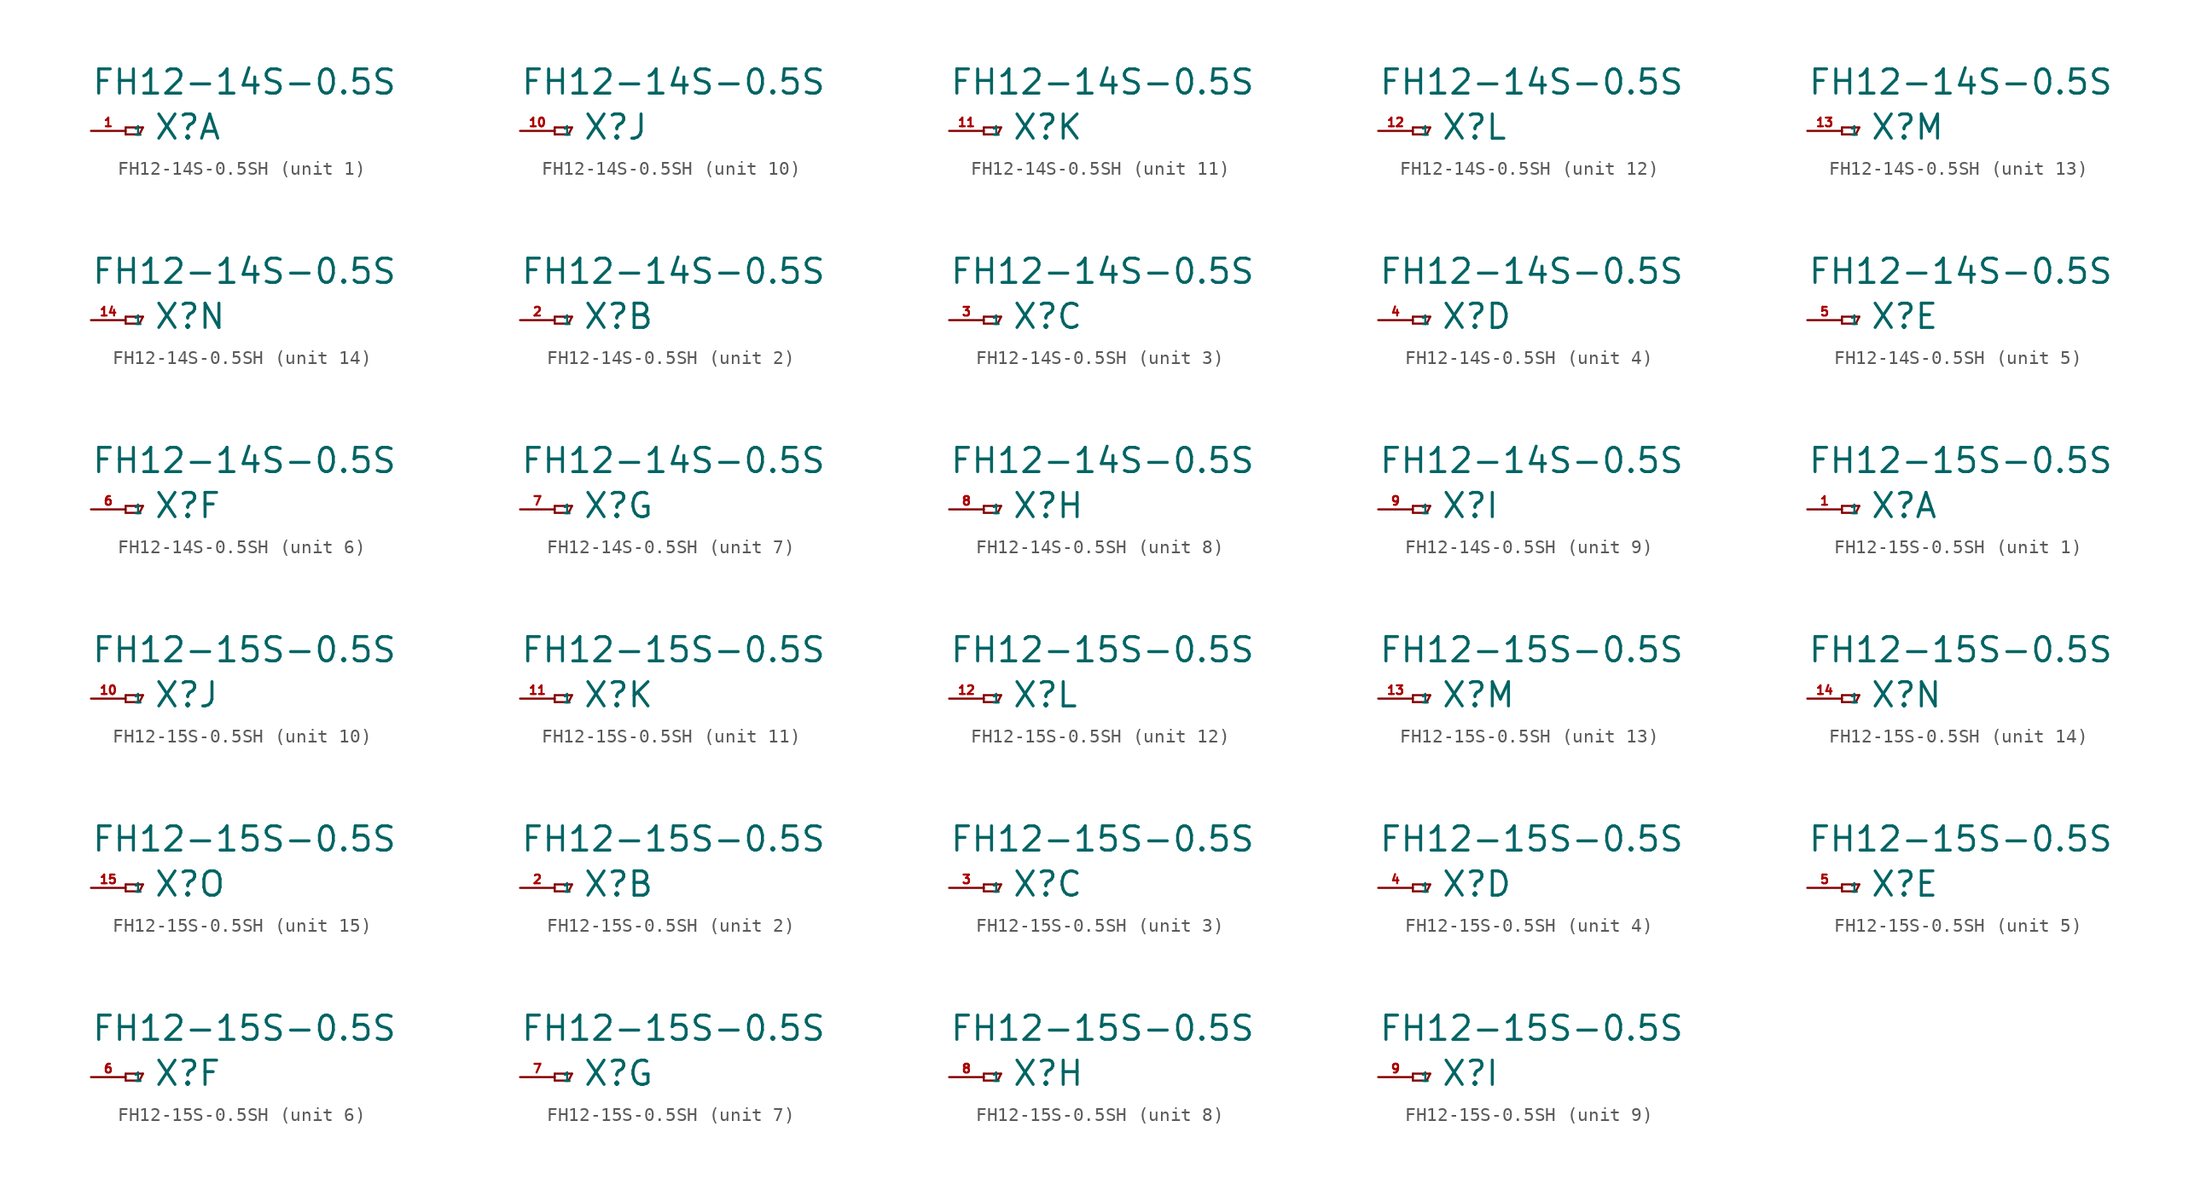
<source format=kicad_sym>
(kicad_symbol_lib
  (version 20220914)
  (generator Eagle2Kicad)
  (symbol "FH12-14S-0.5SH"
    (property "Reference" "X"
      (at 2.032 -0.762 0)
      (effects (font (size 1.778 1.778) (thickness 0.22)) (justify left bottom)))
    (property "Value" "FH12-14S-0.5S"
      (at -2.54 2.54 0)
      (effects (font (size 1.778 1.778) (thickness 0.22)) (justify left bottom)))
    (symbol "FH12-14S-0.5SH_1_0"
      (polyline (pts (xy 0 0.254) (xy 0 -0.254)) (stroke (width 0.152) (type default)) (fill (type none)))
      (polyline (pts (xy 0 -0.254) (xy 1.016 -0.254)) (stroke (width 0.152) (type default)) (fill (type none)))
      (polyline (pts (xy 1.016 -0.254) (xy 1.27 0.254)) (stroke (width 0.152) (type default)) (fill (type none)))
      (polyline (pts (xy 1.27 0.254) (xy 0 0.254)) (stroke (width 0.152) (type default)) (fill (type none)))
      (pin passive line (at -2.54 0 0) (length 2.54) (name "1" (effects (font (size 0.635 0.635) (thickness 0.08)) (justify left bottom))) (number "1" (effects (font (size 0.635 0.635) (thickness 0.08)) (justify left bottom)))))
    (symbol "FH12-14S-0.5SH_2_0"
      (polyline (pts (xy 0 0.254) (xy 0 -0.254)) (stroke (width 0.152) (type default)) (fill (type none)))
      (polyline (pts (xy 0 -0.254) (xy 1.016 -0.254)) (stroke (width 0.152) (type default)) (fill (type none)))
      (polyline (pts (xy 1.016 -0.254) (xy 1.27 0.254)) (stroke (width 0.152) (type default)) (fill (type none)))
      (polyline (pts (xy 1.27 0.254) (xy 0 0.254)) (stroke (width 0.152) (type default)) (fill (type none)))
      (pin passive line (at -2.54 0 0) (length 2.54) (name "1" (effects (font (size 0.635 0.635) (thickness 0.08)) (justify left bottom))) (number "2" (effects (font (size 0.635 0.635) (thickness 0.08)) (justify left bottom)))))
    (symbol "FH12-14S-0.5SH_3_0"
      (polyline (pts (xy 0 0.254) (xy 0 -0.254)) (stroke (width 0.152) (type default)) (fill (type none)))
      (polyline (pts (xy 0 -0.254) (xy 1.016 -0.254)) (stroke (width 0.152) (type default)) (fill (type none)))
      (polyline (pts (xy 1.016 -0.254) (xy 1.27 0.254)) (stroke (width 0.152) (type default)) (fill (type none)))
      (polyline (pts (xy 1.27 0.254) (xy 0 0.254)) (stroke (width 0.152) (type default)) (fill (type none)))
      (pin passive line (at -2.54 0 0) (length 2.54) (name "1" (effects (font (size 0.635 0.635) (thickness 0.08)) (justify left bottom))) (number "3" (effects (font (size 0.635 0.635) (thickness 0.08)) (justify left bottom)))))
    (symbol "FH12-14S-0.5SH_4_0"
      (polyline (pts (xy 0 0.254) (xy 0 -0.254)) (stroke (width 0.152) (type default)) (fill (type none)))
      (polyline (pts (xy 0 -0.254) (xy 1.016 -0.254)) (stroke (width 0.152) (type default)) (fill (type none)))
      (polyline (pts (xy 1.016 -0.254) (xy 1.27 0.254)) (stroke (width 0.152) (type default)) (fill (type none)))
      (polyline (pts (xy 1.27 0.254) (xy 0 0.254)) (stroke (width 0.152) (type default)) (fill (type none)))
      (pin passive line (at -2.54 0 0) (length 2.54) (name "1" (effects (font (size 0.635 0.635) (thickness 0.08)) (justify left bottom))) (number "4" (effects (font (size 0.635 0.635) (thickness 0.08)) (justify left bottom)))))
    (symbol "FH12-14S-0.5SH_5_0"
      (polyline (pts (xy 0 0.254) (xy 0 -0.254)) (stroke (width 0.152) (type default)) (fill (type none)))
      (polyline (pts (xy 0 -0.254) (xy 1.016 -0.254)) (stroke (width 0.152) (type default)) (fill (type none)))
      (polyline (pts (xy 1.016 -0.254) (xy 1.27 0.254)) (stroke (width 0.152) (type default)) (fill (type none)))
      (polyline (pts (xy 1.27 0.254) (xy 0 0.254)) (stroke (width 0.152) (type default)) (fill (type none)))
      (pin passive line (at -2.54 0 0) (length 2.54) (name "1" (effects (font (size 0.635 0.635) (thickness 0.08)) (justify left bottom))) (number "5" (effects (font (size 0.635 0.635) (thickness 0.08)) (justify left bottom)))))
    (symbol "FH12-14S-0.5SH_6_0"
      (polyline (pts (xy 0 0.254) (xy 0 -0.254)) (stroke (width 0.152) (type default)) (fill (type none)))
      (polyline (pts (xy 0 -0.254) (xy 1.016 -0.254)) (stroke (width 0.152) (type default)) (fill (type none)))
      (polyline (pts (xy 1.016 -0.254) (xy 1.27 0.254)) (stroke (width 0.152) (type default)) (fill (type none)))
      (polyline (pts (xy 1.27 0.254) (xy 0 0.254)) (stroke (width 0.152) (type default)) (fill (type none)))
      (pin passive line (at -2.54 0 0) (length 2.54) (name "1" (effects (font (size 0.635 0.635) (thickness 0.08)) (justify left bottom))) (number "6" (effects (font (size 0.635 0.635) (thickness 0.08)) (justify left bottom)))))
    (symbol "FH12-14S-0.5SH_7_0"
      (polyline (pts (xy 0 0.254) (xy 0 -0.254)) (stroke (width 0.152) (type default)) (fill (type none)))
      (polyline (pts (xy 0 -0.254) (xy 1.016 -0.254)) (stroke (width 0.152) (type default)) (fill (type none)))
      (polyline (pts (xy 1.016 -0.254) (xy 1.27 0.254)) (stroke (width 0.152) (type default)) (fill (type none)))
      (polyline (pts (xy 1.27 0.254) (xy 0 0.254)) (stroke (width 0.152) (type default)) (fill (type none)))
      (pin passive line (at -2.54 0 0) (length 2.54) (name "1" (effects (font (size 0.635 0.635) (thickness 0.08)) (justify left bottom))) (number "7" (effects (font (size 0.635 0.635) (thickness 0.08)) (justify left bottom)))))
    (symbol "FH12-14S-0.5SH_8_0"
      (polyline (pts (xy 0 0.254) (xy 0 -0.254)) (stroke (width 0.152) (type default)) (fill (type none)))
      (polyline (pts (xy 0 -0.254) (xy 1.016 -0.254)) (stroke (width 0.152) (type default)) (fill (type none)))
      (polyline (pts (xy 1.016 -0.254) (xy 1.27 0.254)) (stroke (width 0.152) (type default)) (fill (type none)))
      (polyline (pts (xy 1.27 0.254) (xy 0 0.254)) (stroke (width 0.152) (type default)) (fill (type none)))
      (pin passive line (at -2.54 0 0) (length 2.54) (name "1" (effects (font (size 0.635 0.635) (thickness 0.08)) (justify left bottom))) (number "8" (effects (font (size 0.635 0.635) (thickness 0.08)) (justify left bottom)))))
    (symbol "FH12-14S-0.5SH_9_0"
      (polyline (pts (xy 0 0.254) (xy 0 -0.254)) (stroke (width 0.152) (type default)) (fill (type none)))
      (polyline (pts (xy 0 -0.254) (xy 1.016 -0.254)) (stroke (width 0.152) (type default)) (fill (type none)))
      (polyline (pts (xy 1.016 -0.254) (xy 1.27 0.254)) (stroke (width 0.152) (type default)) (fill (type none)))
      (polyline (pts (xy 1.27 0.254) (xy 0 0.254)) (stroke (width 0.152) (type default)) (fill (type none)))
      (pin passive line (at -2.54 0 0) (length 2.54) (name "1" (effects (font (size 0.635 0.635) (thickness 0.08)) (justify left bottom))) (number "9" (effects (font (size 0.635 0.635) (thickness 0.08)) (justify left bottom)))))
    (symbol "FH12-14S-0.5SH_10_0"
      (polyline (pts (xy 0 0.254) (xy 0 -0.254)) (stroke (width 0.152) (type default)) (fill (type none)))
      (polyline (pts (xy 0 -0.254) (xy 1.016 -0.254)) (stroke (width 0.152) (type default)) (fill (type none)))
      (polyline (pts (xy 1.016 -0.254) (xy 1.27 0.254)) (stroke (width 0.152) (type default)) (fill (type none)))
      (polyline (pts (xy 1.27 0.254) (xy 0 0.254)) (stroke (width 0.152) (type default)) (fill (type none)))
      (pin passive line (at -2.54 0 0) (length 2.54) (name "1" (effects (font (size 0.635 0.635) (thickness 0.08)) (justify left bottom))) (number "10" (effects (font (size 0.635 0.635) (thickness 0.08)) (justify left bottom)))))
    (symbol "FH12-14S-0.5SH_11_0"
      (polyline (pts (xy 0 0.254) (xy 0 -0.254)) (stroke (width 0.152) (type default)) (fill (type none)))
      (polyline (pts (xy 0 -0.254) (xy 1.016 -0.254)) (stroke (width 0.152) (type default)) (fill (type none)))
      (polyline (pts (xy 1.016 -0.254) (xy 1.27 0.254)) (stroke (width 0.152) (type default)) (fill (type none)))
      (polyline (pts (xy 1.27 0.254) (xy 0 0.254)) (stroke (width 0.152) (type default)) (fill (type none)))
      (pin passive line (at -2.54 0 0) (length 2.54) (name "1" (effects (font (size 0.635 0.635) (thickness 0.08)) (justify left bottom))) (number "11" (effects (font (size 0.635 0.635) (thickness 0.08)) (justify left bottom)))))
    (symbol "FH12-14S-0.5SH_12_0"
      (polyline (pts (xy 0 0.254) (xy 0 -0.254)) (stroke (width 0.152) (type default)) (fill (type none)))
      (polyline (pts (xy 0 -0.254) (xy 1.016 -0.254)) (stroke (width 0.152) (type default)) (fill (type none)))
      (polyline (pts (xy 1.016 -0.254) (xy 1.27 0.254)) (stroke (width 0.152) (type default)) (fill (type none)))
      (polyline (pts (xy 1.27 0.254) (xy 0 0.254)) (stroke (width 0.152) (type default)) (fill (type none)))
      (pin passive line (at -2.54 0 0) (length 2.54) (name "1" (effects (font (size 0.635 0.635) (thickness 0.08)) (justify left bottom))) (number "12" (effects (font (size 0.635 0.635) (thickness 0.08)) (justify left bottom)))))
    (symbol "FH12-14S-0.5SH_13_0"
      (polyline (pts (xy 0 0.254) (xy 0 -0.254)) (stroke (width 0.152) (type default)) (fill (type none)))
      (polyline (pts (xy 0 -0.254) (xy 1.016 -0.254)) (stroke (width 0.152) (type default)) (fill (type none)))
      (polyline (pts (xy 1.016 -0.254) (xy 1.27 0.254)) (stroke (width 0.152) (type default)) (fill (type none)))
      (polyline (pts (xy 1.27 0.254) (xy 0 0.254)) (stroke (width 0.152) (type default)) (fill (type none)))
      (pin passive line (at -2.54 0 0) (length 2.54) (name "1" (effects (font (size 0.635 0.635) (thickness 0.08)) (justify left bottom))) (number "13" (effects (font (size 0.635 0.635) (thickness 0.08)) (justify left bottom)))))
    (symbol "FH12-14S-0.5SH_14_0"
      (polyline (pts (xy 0 0.254) (xy 0 -0.254)) (stroke (width 0.152) (type default)) (fill (type none)))
      (polyline (pts (xy 0 -0.254) (xy 1.016 -0.254)) (stroke (width 0.152) (type default)) (fill (type none)))
      (polyline (pts (xy 1.016 -0.254) (xy 1.27 0.254)) (stroke (width 0.152) (type default)) (fill (type none)))
      (polyline (pts (xy 1.27 0.254) (xy 0 0.254)) (stroke (width 0.152) (type default)) (fill (type none)))
      (pin passive line (at -2.54 0 0) (length 2.54) (name "1" (effects (font (size 0.635 0.635) (thickness 0.08)) (justify left bottom))) (number "14" (effects (font (size 0.635 0.635) (thickness 0.08)) (justify left bottom))))))
  (symbol "FH12-15S-0.5SH"
    (property "Reference" "X"
      (at 2.032 -0.762 0)
      (effects (font (size 1.778 1.778) (thickness 0.22)) (justify left bottom)))
    (property "Value" "FH12-15S-0.5S"
      (at -2.54 2.54 0)
      (effects (font (size 1.778 1.778) (thickness 0.22)) (justify left bottom)))
    (symbol "FH12-15S-0.5SH_1_0"
      (polyline (pts (xy 0 0.254) (xy 0 -0.254)) (stroke (width 0.152) (type default)) (fill (type none)))
      (polyline (pts (xy 0 -0.254) (xy 1.016 -0.254)) (stroke (width 0.152) (type default)) (fill (type none)))
      (polyline (pts (xy 1.016 -0.254) (xy 1.27 0.254)) (stroke (width 0.152) (type default)) (fill (type none)))
      (polyline (pts (xy 1.27 0.254) (xy 0 0.254)) (stroke (width 0.152) (type default)) (fill (type none)))
      (pin passive line (at -2.54 0 0) (length 2.54) (name "1" (effects (font (size 0.635 0.635) (thickness 0.08)) (justify left bottom))) (number "1" (effects (font (size 0.635 0.635) (thickness 0.08)) (justify left bottom)))))
    (symbol "FH12-15S-0.5SH_2_0"
      (polyline (pts (xy 0 0.254) (xy 0 -0.254)) (stroke (width 0.152) (type default)) (fill (type none)))
      (polyline (pts (xy 0 -0.254) (xy 1.016 -0.254)) (stroke (width 0.152) (type default)) (fill (type none)))
      (polyline (pts (xy 1.016 -0.254) (xy 1.27 0.254)) (stroke (width 0.152) (type default)) (fill (type none)))
      (polyline (pts (xy 1.27 0.254) (xy 0 0.254)) (stroke (width 0.152) (type default)) (fill (type none)))
      (pin passive line (at -2.54 0 0) (length 2.54) (name "1" (effects (font (size 0.635 0.635) (thickness 0.08)) (justify left bottom))) (number "2" (effects (font (size 0.635 0.635) (thickness 0.08)) (justify left bottom)))))
    (symbol "FH12-15S-0.5SH_3_0"
      (polyline (pts (xy 0 0.254) (xy 0 -0.254)) (stroke (width 0.152) (type default)) (fill (type none)))
      (polyline (pts (xy 0 -0.254) (xy 1.016 -0.254)) (stroke (width 0.152) (type default)) (fill (type none)))
      (polyline (pts (xy 1.016 -0.254) (xy 1.27 0.254)) (stroke (width 0.152) (type default)) (fill (type none)))
      (polyline (pts (xy 1.27 0.254) (xy 0 0.254)) (stroke (width 0.152) (type default)) (fill (type none)))
      (pin passive line (at -2.54 0 0) (length 2.54) (name "1" (effects (font (size 0.635 0.635) (thickness 0.08)) (justify left bottom))) (number "3" (effects (font (size 0.635 0.635) (thickness 0.08)) (justify left bottom)))))
    (symbol "FH12-15S-0.5SH_4_0"
      (polyline (pts (xy 0 0.254) (xy 0 -0.254)) (stroke (width 0.152) (type default)) (fill (type none)))
      (polyline (pts (xy 0 -0.254) (xy 1.016 -0.254)) (stroke (width 0.152) (type default)) (fill (type none)))
      (polyline (pts (xy 1.016 -0.254) (xy 1.27 0.254)) (stroke (width 0.152) (type default)) (fill (type none)))
      (polyline (pts (xy 1.27 0.254) (xy 0 0.254)) (stroke (width 0.152) (type default)) (fill (type none)))
      (pin passive line (at -2.54 0 0) (length 2.54) (name "1" (effects (font (size 0.635 0.635) (thickness 0.08)) (justify left bottom))) (number "4" (effects (font (size 0.635 0.635) (thickness 0.08)) (justify left bottom)))))
    (symbol "FH12-15S-0.5SH_5_0"
      (polyline (pts (xy 0 0.254) (xy 0 -0.254)) (stroke (width 0.152) (type default)) (fill (type none)))
      (polyline (pts (xy 0 -0.254) (xy 1.016 -0.254)) (stroke (width 0.152) (type default)) (fill (type none)))
      (polyline (pts (xy 1.016 -0.254) (xy 1.27 0.254)) (stroke (width 0.152) (type default)) (fill (type none)))
      (polyline (pts (xy 1.27 0.254) (xy 0 0.254)) (stroke (width 0.152) (type default)) (fill (type none)))
      (pin passive line (at -2.54 0 0) (length 2.54) (name "1" (effects (font (size 0.635 0.635) (thickness 0.08)) (justify left bottom))) (number "5" (effects (font (size 0.635 0.635) (thickness 0.08)) (justify left bottom)))))
    (symbol "FH12-15S-0.5SH_6_0"
      (polyline (pts (xy 0 0.254) (xy 0 -0.254)) (stroke (width 0.152) (type default)) (fill (type none)))
      (polyline (pts (xy 0 -0.254) (xy 1.016 -0.254)) (stroke (width 0.152) (type default)) (fill (type none)))
      (polyline (pts (xy 1.016 -0.254) (xy 1.27 0.254)) (stroke (width 0.152) (type default)) (fill (type none)))
      (polyline (pts (xy 1.27 0.254) (xy 0 0.254)) (stroke (width 0.152) (type default)) (fill (type none)))
      (pin passive line (at -2.54 0 0) (length 2.54) (name "1" (effects (font (size 0.635 0.635) (thickness 0.08)) (justify left bottom))) (number "6" (effects (font (size 0.635 0.635) (thickness 0.08)) (justify left bottom)))))
    (symbol "FH12-15S-0.5SH_7_0"
      (polyline (pts (xy 0 0.254) (xy 0 -0.254)) (stroke (width 0.152) (type default)) (fill (type none)))
      (polyline (pts (xy 0 -0.254) (xy 1.016 -0.254)) (stroke (width 0.152) (type default)) (fill (type none)))
      (polyline (pts (xy 1.016 -0.254) (xy 1.27 0.254)) (stroke (width 0.152) (type default)) (fill (type none)))
      (polyline (pts (xy 1.27 0.254) (xy 0 0.254)) (stroke (width 0.152) (type default)) (fill (type none)))
      (pin passive line (at -2.54 0 0) (length 2.54) (name "1" (effects (font (size 0.635 0.635) (thickness 0.08)) (justify left bottom))) (number "7" (effects (font (size 0.635 0.635) (thickness 0.08)) (justify left bottom)))))
    (symbol "FH12-15S-0.5SH_8_0"
      (polyline (pts (xy 0 0.254) (xy 0 -0.254)) (stroke (width 0.152) (type default)) (fill (type none)))
      (polyline (pts (xy 0 -0.254) (xy 1.016 -0.254)) (stroke (width 0.152) (type default)) (fill (type none)))
      (polyline (pts (xy 1.016 -0.254) (xy 1.27 0.254)) (stroke (width 0.152) (type default)) (fill (type none)))
      (polyline (pts (xy 1.27 0.254) (xy 0 0.254)) (stroke (width 0.152) (type default)) (fill (type none)))
      (pin passive line (at -2.54 0 0) (length 2.54) (name "1" (effects (font (size 0.635 0.635) (thickness 0.08)) (justify left bottom))) (number "8" (effects (font (size 0.635 0.635) (thickness 0.08)) (justify left bottom)))))
    (symbol "FH12-15S-0.5SH_9_0"
      (polyline (pts (xy 0 0.254) (xy 0 -0.254)) (stroke (width 0.152) (type default)) (fill (type none)))
      (polyline (pts (xy 0 -0.254) (xy 1.016 -0.254)) (stroke (width 0.152) (type default)) (fill (type none)))
      (polyline (pts (xy 1.016 -0.254) (xy 1.27 0.254)) (stroke (width 0.152) (type default)) (fill (type none)))
      (polyline (pts (xy 1.27 0.254) (xy 0 0.254)) (stroke (width 0.152) (type default)) (fill (type none)))
      (pin passive line (at -2.54 0 0) (length 2.54) (name "1" (effects (font (size 0.635 0.635) (thickness 0.08)) (justify left bottom))) (number "9" (effects (font (size 0.635 0.635) (thickness 0.08)) (justify left bottom)))))
    (symbol "FH12-15S-0.5SH_10_0"
      (polyline (pts (xy 0 0.254) (xy 0 -0.254)) (stroke (width 0.152) (type default)) (fill (type none)))
      (polyline (pts (xy 0 -0.254) (xy 1.016 -0.254)) (stroke (width 0.152) (type default)) (fill (type none)))
      (polyline (pts (xy 1.016 -0.254) (xy 1.27 0.254)) (stroke (width 0.152) (type default)) (fill (type none)))
      (polyline (pts (xy 1.27 0.254) (xy 0 0.254)) (stroke (width 0.152) (type default)) (fill (type none)))
      (pin passive line (at -2.54 0 0) (length 2.54) (name "1" (effects (font (size 0.635 0.635) (thickness 0.08)) (justify left bottom))) (number "10" (effects (font (size 0.635 0.635) (thickness 0.08)) (justify left bottom)))))
    (symbol "FH12-15S-0.5SH_11_0"
      (polyline (pts (xy 0 0.254) (xy 0 -0.254)) (stroke (width 0.152) (type default)) (fill (type none)))
      (polyline (pts (xy 0 -0.254) (xy 1.016 -0.254)) (stroke (width 0.152) (type default)) (fill (type none)))
      (polyline (pts (xy 1.016 -0.254) (xy 1.27 0.254)) (stroke (width 0.152) (type default)) (fill (type none)))
      (polyline (pts (xy 1.27 0.254) (xy 0 0.254)) (stroke (width 0.152) (type default)) (fill (type none)))
      (pin passive line (at -2.54 0 0) (length 2.54) (name "1" (effects (font (size 0.635 0.635) (thickness 0.08)) (justify left bottom))) (number "11" (effects (font (size 0.635 0.635) (thickness 0.08)) (justify left bottom)))))
    (symbol "FH12-15S-0.5SH_12_0"
      (polyline (pts (xy 0 0.254) (xy 0 -0.254)) (stroke (width 0.152) (type default)) (fill (type none)))
      (polyline (pts (xy 0 -0.254) (xy 1.016 -0.254)) (stroke (width 0.152) (type default)) (fill (type none)))
      (polyline (pts (xy 1.016 -0.254) (xy 1.27 0.254)) (stroke (width 0.152) (type default)) (fill (type none)))
      (polyline (pts (xy 1.27 0.254) (xy 0 0.254)) (stroke (width 0.152) (type default)) (fill (type none)))
      (pin passive line (at -2.54 0 0) (length 2.54) (name "1" (effects (font (size 0.635 0.635) (thickness 0.08)) (justify left bottom))) (number "12" (effects (font (size 0.635 0.635) (thickness 0.08)) (justify left bottom)))))
    (symbol "FH12-15S-0.5SH_13_0"
      (polyline (pts (xy 0 0.254) (xy 0 -0.254)) (stroke (width 0.152) (type default)) (fill (type none)))
      (polyline (pts (xy 0 -0.254) (xy 1.016 -0.254)) (stroke (width 0.152) (type default)) (fill (type none)))
      (polyline (pts (xy 1.016 -0.254) (xy 1.27 0.254)) (stroke (width 0.152) (type default)) (fill (type none)))
      (polyline (pts (xy 1.27 0.254) (xy 0 0.254)) (stroke (width 0.152) (type default)) (fill (type none)))
      (pin passive line (at -2.54 0 0) (length 2.54) (name "1" (effects (font (size 0.635 0.635) (thickness 0.08)) (justify left bottom))) (number "13" (effects (font (size 0.635 0.635) (thickness 0.08)) (justify left bottom)))))
    (symbol "FH12-15S-0.5SH_14_0"
      (polyline (pts (xy 0 0.254) (xy 0 -0.254)) (stroke (width 0.152) (type default)) (fill (type none)))
      (polyline (pts (xy 0 -0.254) (xy 1.016 -0.254)) (stroke (width 0.152) (type default)) (fill (type none)))
      (polyline (pts (xy 1.016 -0.254) (xy 1.27 0.254)) (stroke (width 0.152) (type default)) (fill (type none)))
      (polyline (pts (xy 1.27 0.254) (xy 0 0.254)) (stroke (width 0.152) (type default)) (fill (type none)))
      (pin passive line (at -2.54 0 0) (length 2.54) (name "1" (effects (font (size 0.635 0.635) (thickness 0.08)) (justify left bottom))) (number "14" (effects (font (size 0.635 0.635) (thickness 0.08)) (justify left bottom)))))
    (symbol "FH12-15S-0.5SH_15_0"
      (polyline (pts (xy 0 0.254) (xy 0 -0.254)) (stroke (width 0.152) (type default)) (fill (type none)))
      (polyline (pts (xy 0 -0.254) (xy 1.016 -0.254)) (stroke (width 0.152) (type default)) (fill (type none)))
      (polyline (pts (xy 1.016 -0.254) (xy 1.27 0.254)) (stroke (width 0.152) (type default)) (fill (type none)))
      (polyline (pts (xy 1.27 0.254) (xy 0 0.254)) (stroke (width 0.152) (type default)) (fill (type none)))
      (pin passive line (at -2.54 0 0) (length 2.54) (name "1" (effects (font (size 0.635 0.635) (thickness 0.08)) (justify left bottom))) (number "15" (effects (font (size 0.635 0.635) (thickness 0.08)) (justify left bottom)))))))
</source>
